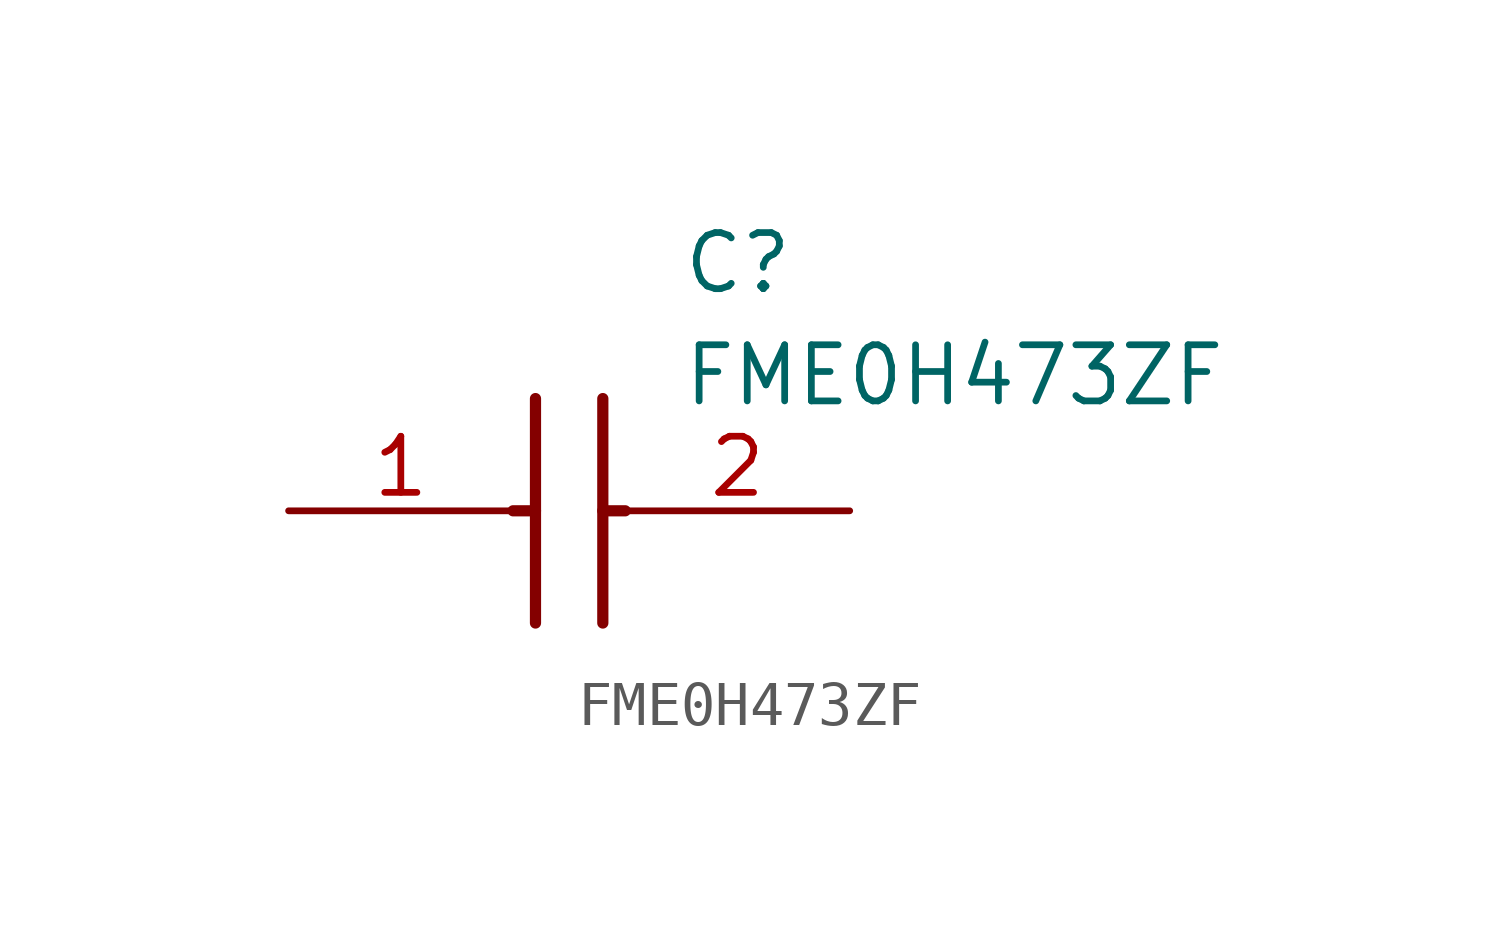
<source format=kicad_sym>
(kicad_symbol_lib
  (version 20211014)
  (generator SamacSys_ECAD_Model)
  (symbol "FME0H473ZF"
    (pin_names hide)
    (property "Reference" "C"
      (at 8.89 6.35 0)
      (effects (font (size 1.27 1.27)) (justify left top)))
    (property "Value" "FME0H473ZF"
      (at 8.89 3.81 0)
      (effects (font (size 1.27 1.27)) (justify left top)))
    (polyline
      (pts (xy 5.588 2.54) (xy 5.588 -2.54))
      (stroke (width 0.254) (type default))
      (fill (type none)))
    (polyline
      (pts (xy 7.112 2.54) (xy 7.112 -2.54))
      (stroke (width 0.254) (type default))
      (fill (type none)))
    (polyline
      (pts (xy 5.08 0) (xy 5.588 0))
      (stroke (width 0.254) (type default))
      (fill (type none)))
    (polyline
      (pts (xy 7.112 0) (xy 7.62 0))
      (stroke (width 0.254) (type default))
      (fill (type none)))
    (pin passive line
      (at 0 0 0)
      (length 5.08)
      (name "1" (effects (font (size 1.27 1.27))))
      (number "1" (effects (font (size 1.27 1.27)))))
    (pin passive line
      (at 12.7 0 180)
      (length 5.08)
      (name "2" (effects (font (size 1.27 1.27))))
      (number "2" (effects (font (size 1.27 1.27)))))))
</source>
